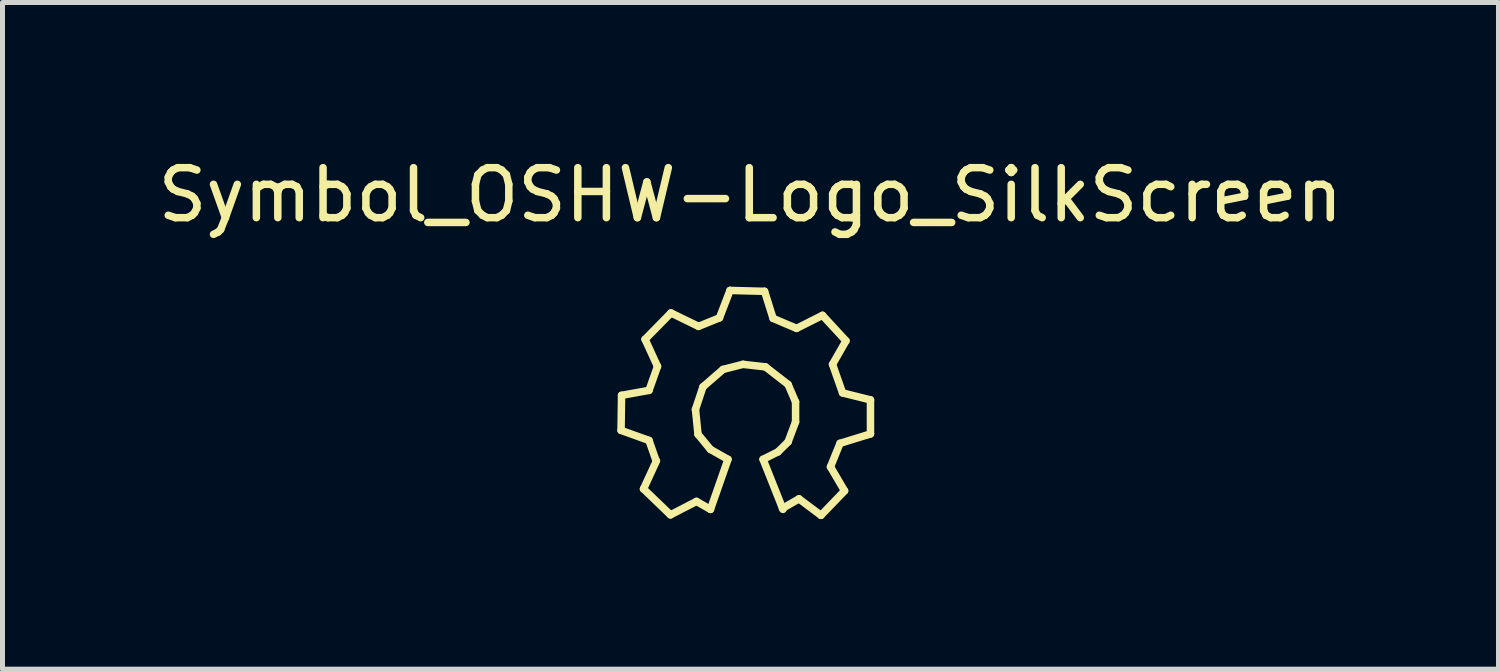
<source format=kicad_pcb>
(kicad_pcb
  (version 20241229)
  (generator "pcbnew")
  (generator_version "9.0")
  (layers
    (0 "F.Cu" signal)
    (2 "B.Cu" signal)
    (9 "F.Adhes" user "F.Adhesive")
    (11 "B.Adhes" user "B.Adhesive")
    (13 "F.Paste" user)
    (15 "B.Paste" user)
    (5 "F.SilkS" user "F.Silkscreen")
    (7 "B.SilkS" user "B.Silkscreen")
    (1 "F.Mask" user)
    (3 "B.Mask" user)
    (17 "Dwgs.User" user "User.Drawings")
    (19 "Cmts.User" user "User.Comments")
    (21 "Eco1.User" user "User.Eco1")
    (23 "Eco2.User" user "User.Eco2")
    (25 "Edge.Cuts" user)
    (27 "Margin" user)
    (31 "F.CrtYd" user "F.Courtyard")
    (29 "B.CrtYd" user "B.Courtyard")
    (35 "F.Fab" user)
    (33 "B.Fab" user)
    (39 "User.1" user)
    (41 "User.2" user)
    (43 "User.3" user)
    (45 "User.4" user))
  (footprint "Symbol_OSHW-Logo_SilkScreen"
    (layer "F.Cu")
    (at 11.859 5.237)
    (property "Reference" "Symbol_OSHW-Logo_SilkScreen" (at 0.099 -4.389 0) (layer "F.SilkS") (effects (font (size 1 1) (thickness 0.15))))
    (attr through_hole)
    (fp_line (start -2.489 0.32) (end -1.93 0.521) (stroke (width 0.15) (type solid)) (layer "F.SilkS"))
    (fp_line (start -2.479 -0.381) (end -2.489 0.32) (stroke (width 0.15) (type solid)) (layer "F.SilkS"))
    (fp_line (start -2.04 1.491) (end -1.501 2.009) (stroke (width 0.15) (type solid)) (layer "F.SilkS"))
    (fp_line (start -2.009 -1.501) (end -1.76 -0.96) (stroke (width 0.15) (type solid)) (layer "F.SilkS"))
    (fp_line (start -1.93 -0.48) (end -2.479 -0.381) (stroke (width 0.15) (type solid)) (layer "F.SilkS"))
    (fp_line (start -1.93 0.521) (end -1.791 0.919) (stroke (width 0.15) (type solid)) (layer "F.SilkS"))
    (fp_line (start -1.781 0.93) (end -2.04 1.491) (stroke (width 0.15) (type solid)) (layer "F.SilkS"))
    (fp_line (start -1.76 -0.96) (end -1.93 -0.48) (stroke (width 0.15) (type solid)) (layer "F.SilkS"))
    (fp_line (start -1.501 2.009) (end -0.98 1.74) (stroke (width 0.15) (type solid)) (layer "F.SilkS"))
    (fp_line (start -1.491 -2.029) (end -2.009 -1.501) (stroke (width 0.15) (type solid)) (layer "F.SilkS"))
    (fp_line (start -1.001 -0.099) (end -0.95 0.399) (stroke (width 0.15) (type solid)) (layer "F.SilkS"))
    (fp_line (start -0.98 1.74) (end -0.701 1.9) (stroke (width 0.15) (type solid)) (layer "F.SilkS"))
    (fp_line (start -0.95 0.399) (end -0.701 0.701) (stroke (width 0.15) (type solid)) (layer "F.SilkS"))
    (fp_line (start -0.94 -1.76) (end -1.491 -2.029) (stroke (width 0.15) (type solid)) (layer "F.SilkS"))
    (fp_line (start -0.851 -0.551) (end -1.001 -0.099) (stroke (width 0.15) (type solid)) (layer "F.SilkS"))
    (fp_line (start -0.701 0.701) (end -0.351 0.899) (stroke (width 0.15) (type solid)) (layer "F.SilkS"))
    (fp_line (start -0.521 -1.93) (end -0.94 -1.76) (stroke (width 0.15) (type solid)) (layer "F.SilkS"))
    (fp_line (start -0.45 -0.899) (end -0.851 -0.551) (stroke (width 0.15) (type solid)) (layer "F.SilkS"))
    (fp_line (start -0.351 0.899) (end -0.701 1.9) (stroke (width 0.15) (type solid)) (layer "F.SilkS"))
    (fp_line (start -0.31 -2.479) (end -0.521 -1.93) (stroke (width 0.15) (type solid)) (layer "F.SilkS"))
    (fp_line (start -0.051 -1.001) (end -0.45 -0.899) (stroke (width 0.15) (type solid)) (layer "F.SilkS"))
    (fp_line (start 0.351 0.899) (end 0.65 0.749) (stroke (width 0.15) (type solid)) (layer "F.SilkS"))
    (fp_line (start 0.351 0.899) (end 0.749 1.9) (stroke (width 0.15) (type solid)) (layer "F.SilkS"))
    (fp_line (start 0.381 -2.461) (end -0.31 -2.479) (stroke (width 0.15) (type solid)) (layer "F.SilkS"))
    (fp_line (start 0.399 -0.95) (end -0.051 -1.001) (stroke (width 0.15) (type solid)) (layer "F.SilkS"))
    (fp_line (start 0.551 -1.92) (end 0.381 -2.461) (stroke (width 0.15) (type solid)) (layer "F.SilkS"))
    (fp_line (start 0.65 0.749) (end 0.851 0.551) (stroke (width 0.15) (type solid)) (layer "F.SilkS"))
    (fp_line (start 0.739 1.88) (end 1.069 1.689) (stroke (width 0.15) (type solid)) (layer "F.SilkS"))
    (fp_line (start 0.851 -0.599) (end 0.399 -0.95) (stroke (width 0.15) (type solid)) (layer "F.SilkS"))
    (fp_line (start 0.851 0.551) (end 1.001 0.15) (stroke (width 0.15) (type solid)) (layer "F.SilkS"))
    (fp_line (start 1.001 -0.249) (end 0.851 -0.599) (stroke (width 0.15) (type solid)) (layer "F.SilkS"))
    (fp_line (start 1.001 0.15) (end 1.001 -0.249) (stroke (width 0.15) (type solid)) (layer "F.SilkS"))
    (fp_line (start 1.021 -1.72) (end 0.551 -1.92) (stroke (width 0.15) (type solid)) (layer "F.SilkS"))
    (fp_line (start 1.069 1.689) (end 1.509 2.019) (stroke (width 0.15) (type solid)) (layer "F.SilkS"))
    (fp_line (start 1.509 2.019) (end 1.981 1.529) (stroke (width 0.15) (type solid)) (layer "F.SilkS"))
    (fp_line (start 1.539 -1.981) (end 1.021 -1.72) (stroke (width 0.15) (type solid)) (layer "F.SilkS"))
    (fp_line (start 1.699 1.049) (end 1.89 0.579) (stroke (width 0.15) (type solid)) (layer "F.SilkS"))
    (fp_line (start 1.74 -1.001) (end 2.009 -1.471) (stroke (width 0.15) (type solid)) (layer "F.SilkS"))
    (fp_line (start 1.89 0.579) (end 2.499 0.391) (stroke (width 0.15) (type solid)) (layer "F.SilkS"))
    (fp_line (start 1.941 -0.429) (end 1.74 -1.001) (stroke (width 0.15) (type solid)) (layer "F.SilkS"))
    (fp_line (start 1.981 1.529) (end 1.699 1.049) (stroke (width 0.15) (type solid)) (layer "F.SilkS"))
    (fp_line (start 2.009 -1.471) (end 1.539 -1.981) (stroke (width 0.15) (type solid)) (layer "F.SilkS"))
    (fp_line (start 2.499 -0.29) (end 1.941 -0.429) (stroke (width 0.15) (type solid)) (layer "F.SilkS"))
    (fp_line (start 2.499 0.391) (end 2.499 -0.29) (stroke (width 0.15) (type solid)) (layer "F.SilkS")))
  (gr_rect
    (start -3 -3)
    (end 26.917 10.332)
    (stroke (width 0.1) (type default))
    (fill no)
    (layer "Edge.Cuts")))
</source>
